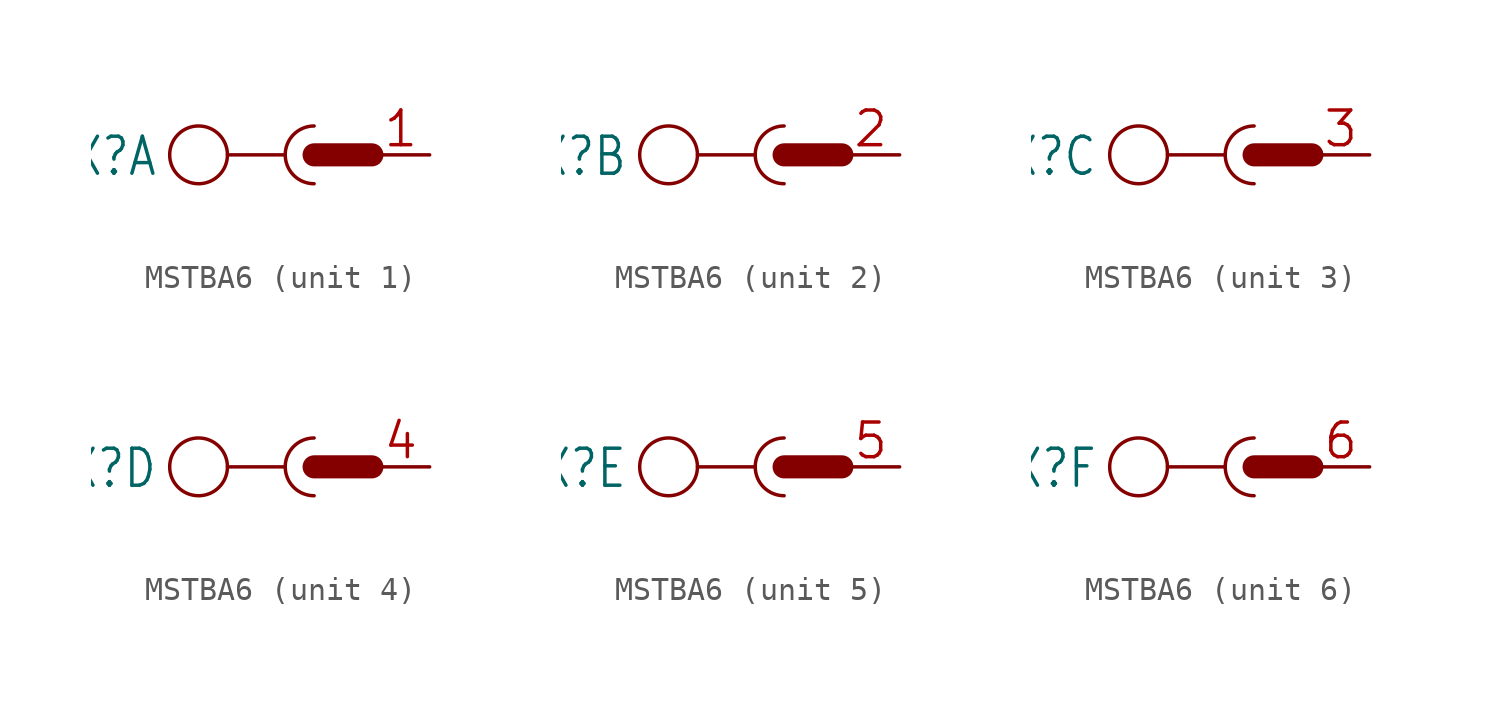
<source format=kicad_sym>
(kicad_symbol_lib
  (version 20241209)
  (generator "kicad_symbol_editor")
  (generator_version "9.0")
  (symbol "MSTBA6"
    (property "Reference" "X"
      (at -6.858 0.889 0)
      (effects (font (size 1.626 1.382)) (justify right top)))
    (property "Value" ""
      (at -7.62 -3.81 0)
      (effects (font (size 1.626 1.382)) (justify left bottom)))
    (property "ki_locked" ""
      (at 0 0 0)
      (effects (font (size 1.27 1.27))))
    (symbol "MSTBA6_1_0"
      (circle (center -5.08 0) (radius 1.27) (stroke (width 0.152) (type solid)) (fill (type none)))
      (polyline (pts (xy -3.81 0) (xy -1.27 0)) (stroke (width 0.152) (type solid)) (fill (type none)))
      (arc (start -1.27 0) (mid -0.898 0.898) (end 0 1.27) (stroke (width 0.1524) (type solid)) (fill (type none)))
      (polyline (pts (xy 0 0) (xy 2.54 0)) (stroke (width 1.016) (type solid)) (fill (type none)))
      (arc (start 0 -1.27) (mid -0.898 -0.898) (end -1.27 0) (stroke (width 0.1524) (type solid)) (fill (type none)))
      (pin passive line (at 5.08 0 180) (length 2.54) (name "1" (effects (font (size 0 0)))) (number "1" (effects (font (size 1.524 1.524))))))
    (symbol "MSTBA6_2_0"
      (circle (center -5.08 0) (radius 1.27) (stroke (width 0.152) (type solid)) (fill (type none)))
      (polyline (pts (xy -3.81 0) (xy -1.27 0)) (stroke (width 0.152) (type solid)) (fill (type none)))
      (arc (start -1.27 0) (mid -0.898 0.898) (end 0 1.27) (stroke (width 0.1524) (type solid)) (fill (type none)))
      (polyline (pts (xy 0 0) (xy 2.54 0)) (stroke (width 1.016) (type solid)) (fill (type none)))
      (arc (start 0 -1.27) (mid -0.898 -0.898) (end -1.27 0) (stroke (width 0.1524) (type solid)) (fill (type none)))
      (pin passive line (at 5.08 0 180) (length 2.54) (name "1" (effects (font (size 0 0)))) (number "2" (effects (font (size 1.524 1.524))))))
    (symbol "MSTBA6_3_0"
      (circle (center -5.08 0) (radius 1.27) (stroke (width 0.152) (type solid)) (fill (type none)))
      (polyline (pts (xy -3.81 0) (xy -1.27 0)) (stroke (width 0.152) (type solid)) (fill (type none)))
      (arc (start -1.27 0) (mid -0.898 0.898) (end 0 1.27) (stroke (width 0.1524) (type solid)) (fill (type none)))
      (polyline (pts (xy 0 0) (xy 2.54 0)) (stroke (width 1.016) (type solid)) (fill (type none)))
      (arc (start 0 -1.27) (mid -0.898 -0.898) (end -1.27 0) (stroke (width 0.1524) (type solid)) (fill (type none)))
      (pin passive line (at 5.08 0 180) (length 2.54) (name "1" (effects (font (size 0 0)))) (number "3" (effects (font (size 1.524 1.524))))))
    (symbol "MSTBA6_4_0"
      (circle (center -5.08 0) (radius 1.27) (stroke (width 0.152) (type solid)) (fill (type none)))
      (polyline (pts (xy -3.81 0) (xy -1.27 0)) (stroke (width 0.152) (type solid)) (fill (type none)))
      (arc (start -1.27 0) (mid -0.898 0.898) (end 0 1.27) (stroke (width 0.1524) (type solid)) (fill (type none)))
      (polyline (pts (xy 0 0) (xy 2.54 0)) (stroke (width 1.016) (type solid)) (fill (type none)))
      (arc (start 0 -1.27) (mid -0.898 -0.898) (end -1.27 0) (stroke (width 0.1524) (type solid)) (fill (type none)))
      (pin passive line (at 5.08 0 180) (length 2.54) (name "1" (effects (font (size 0 0)))) (number "4" (effects (font (size 1.524 1.524))))))
    (symbol "MSTBA6_5_0"
      (circle (center -5.08 0) (radius 1.27) (stroke (width 0.152) (type solid)) (fill (type none)))
      (polyline (pts (xy -3.81 0) (xy -1.27 0)) (stroke (width 0.152) (type solid)) (fill (type none)))
      (arc (start -1.27 0) (mid -0.898 0.898) (end 0 1.27) (stroke (width 0.1524) (type solid)) (fill (type none)))
      (polyline (pts (xy 0 0) (xy 2.54 0)) (stroke (width 1.016) (type solid)) (fill (type none)))
      (arc (start 0 -1.27) (mid -0.898 -0.898) (end -1.27 0) (stroke (width 0.1524) (type solid)) (fill (type none)))
      (pin passive line (at 5.08 0 180) (length 2.54) (name "1" (effects (font (size 0 0)))) (number "5" (effects (font (size 1.524 1.524))))))
    (symbol "MSTBA6_6_0"
      (circle (center -5.08 0) (radius 1.27) (stroke (width 0.152) (type solid)) (fill (type none)))
      (polyline (pts (xy -3.81 0) (xy -1.27 0)) (stroke (width 0.152) (type solid)) (fill (type none)))
      (arc (start -1.27 0) (mid -0.898 0.898) (end 0 1.27) (stroke (width 0.1524) (type solid)) (fill (type none)))
      (polyline (pts (xy 0 0) (xy 2.54 0)) (stroke (width 1.016) (type solid)) (fill (type none)))
      (arc (start 0 -1.27) (mid -0.898 -0.898) (end -1.27 0) (stroke (width 0.1524) (type solid)) (fill (type none)))
      (pin passive line (at 5.08 0 180) (length 2.54) (name "1" (effects (font (size 0 0)))) (number "6" (effects (font (size 1.524 1.524))))))))
</source>
